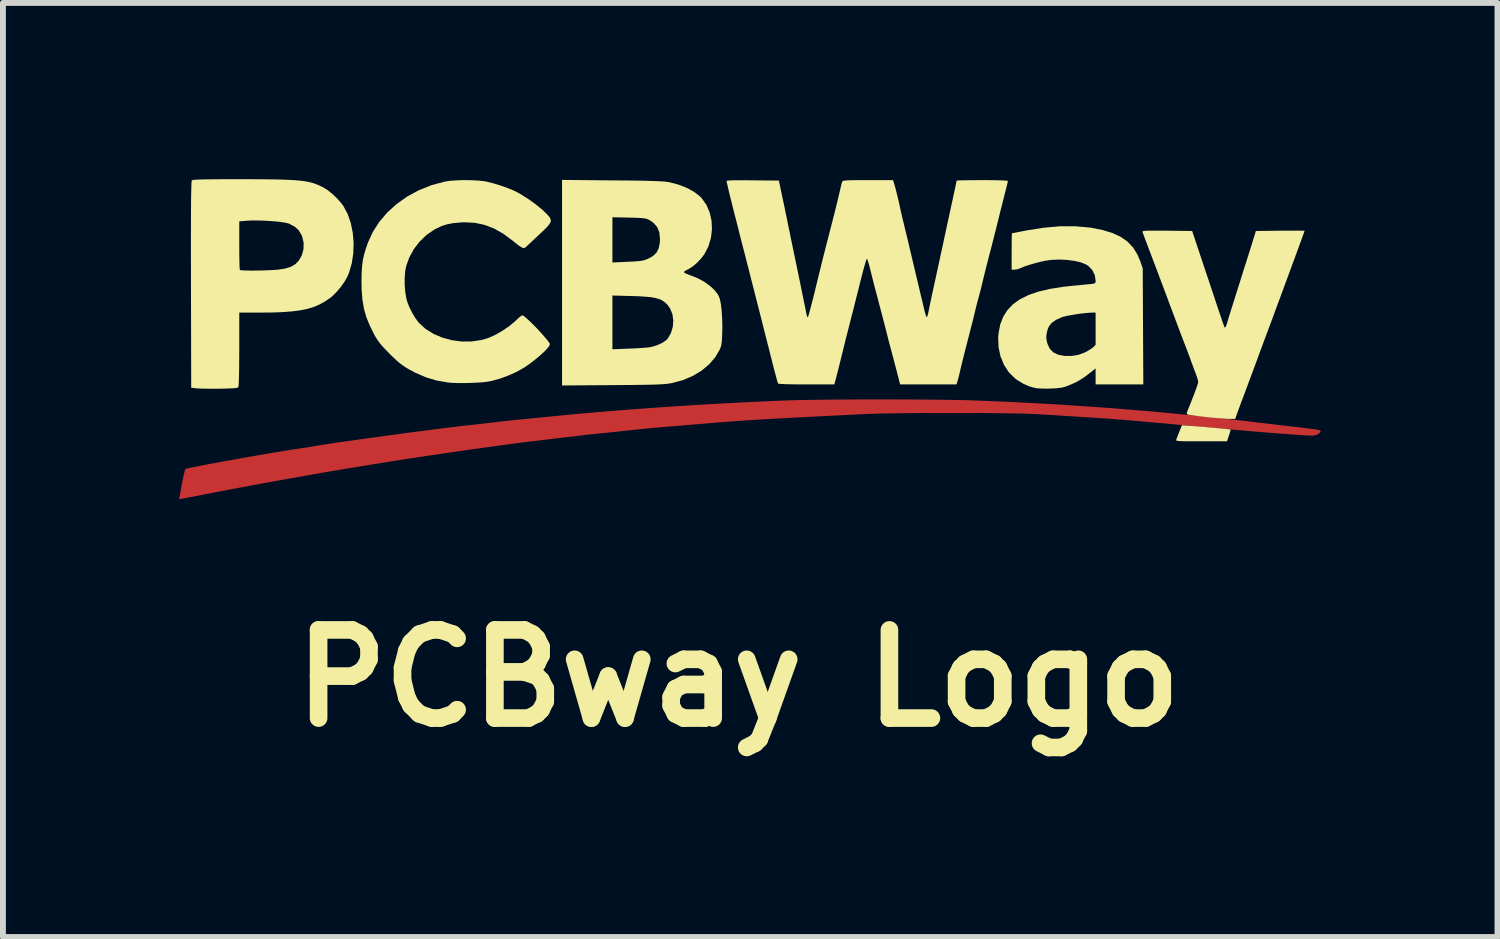
<source format=kicad_pcb>
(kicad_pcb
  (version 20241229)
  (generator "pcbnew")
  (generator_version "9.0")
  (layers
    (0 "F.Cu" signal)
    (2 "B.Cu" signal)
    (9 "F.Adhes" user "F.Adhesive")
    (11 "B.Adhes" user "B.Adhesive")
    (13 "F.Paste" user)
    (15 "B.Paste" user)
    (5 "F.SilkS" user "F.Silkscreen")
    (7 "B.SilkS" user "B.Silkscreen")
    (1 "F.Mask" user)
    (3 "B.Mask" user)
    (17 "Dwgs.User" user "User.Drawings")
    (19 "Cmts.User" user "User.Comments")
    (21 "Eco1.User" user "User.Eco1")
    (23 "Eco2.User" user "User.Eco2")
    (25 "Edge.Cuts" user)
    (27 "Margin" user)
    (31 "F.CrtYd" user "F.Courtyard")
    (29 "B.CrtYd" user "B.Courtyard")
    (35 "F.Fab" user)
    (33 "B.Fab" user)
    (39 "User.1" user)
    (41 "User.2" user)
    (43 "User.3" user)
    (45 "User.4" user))
  (footprint "PCBway Logo"
    (layer "F.Cu")
    (at 9.515 2.492)
    (property "Reference" "PCBway Logo" (at 0 6 0) (layer "F.SilkS") (effects (font (size 1.5 1.5) (thickness 0.3))))
    (attr board_only exclude_from_pos_files exclude_from_bom)
    (fp_poly (pts (xy 2.585 1.255) (xy 2.826 1.256) (xy 3.06 1.257) (xy 3.283 1.259) (xy 3.49 1.261) (xy 3.677 1.264) (xy 3.841 1.267) (xy 3.953 1.27) (xy 4.702 1.301) (xy 5.469 1.343) (xy 6.246 1.396) (xy 7.022 1.459) (xy 7.79 1.531) (xy 8.538 1.612) (xy 8.74 1.636) (xy 8.852 1.65) (xy 8.957 1.662) (xy 9.05 1.673) (xy 9.127 1.682) (xy 9.18 1.689) (xy 9.2 1.691) (xy 9.274 1.699) (xy 9.361 1.709) (xy 9.458 1.721) (xy 9.556 1.732) (xy 9.65 1.744) (xy 9.734 1.754) (xy 9.802 1.763) (xy 9.849 1.769) (xy 9.863 1.771) (xy 9.902 1.784) (xy 9.911 1.804) (xy 9.89 1.829) (xy 9.859 1.848) (xy 9.84 1.858) (xy 9.821 1.865) (xy 9.797 1.869) (xy 9.765 1.871) (xy 9.719 1.87) (xy 9.655 1.867) (xy 9.569 1.862) (xy 9.458 1.854) (xy 9.418 1.851) (xy 9.282 1.841) (xy 9.131 1.83) (xy 8.975 1.817) (xy 8.827 1.805) (xy 8.697 1.794) (xy 8.684 1.793) (xy 8.559 1.782) (xy 8.422 1.77) (xy 8.285 1.758) (xy 8.158 1.747) (xy 8.057 1.738) (xy 7.947 1.728) (xy 7.816 1.717) (xy 7.678 1.704) (xy 7.544 1.691) (xy 7.454 1.683) (xy 7.322 1.67) (xy 7.177 1.657) (xy 7.024 1.644) (xy 6.869 1.63) (xy 6.717 1.617) (xy 6.575 1.605) (xy 6.446 1.595) (xy 6.337 1.586) (xy 6.254 1.58) (xy 6.247 1.58) (xy 6.19 1.576) (xy 6.108 1.571) (xy 6.009 1.564) (xy 5.9 1.557) (xy 5.787 1.55) (xy 5.763 1.548) (xy 5.63 1.54) (xy 5.478 1.53) (xy 5.321 1.52) (xy 5.171 1.511) (xy 5.065 1.505) (xy 4.968 1.501) (xy 4.843 1.497) (xy 4.693 1.494) (xy 4.523 1.491) (xy 4.337 1.489) (xy 4.136 1.487) (xy 3.927 1.486) (xy 3.711 1.486) (xy 3.493 1.486) (xy 3.277 1.486) (xy 3.066 1.488) (xy 2.864 1.489) (xy 2.674 1.492) (xy 2.501 1.494) (xy 2.348 1.498) (xy 2.219 1.502) (xy 2.136 1.505) (xy 1.844 1.52) (xy 1.581 1.533) (xy 1.345 1.545) (xy 1.133 1.556) (xy 0.943 1.566) (xy 0.772 1.575) (xy 0.617 1.583) (xy 0.476 1.591) (xy 0.346 1.599) (xy 0.225 1.606) (xy 0.111 1.614) (xy 0 1.622) (xy -0.11 1.63) (xy -0.221 1.638) (xy -0.336 1.647) (xy -0.457 1.657) (xy -0.587 1.668) (xy -0.729 1.68) (xy -0.762 1.682) (xy -0.882 1.693) (xy -1.008 1.703) (xy -1.13 1.713) (xy -1.239 1.722) (xy -1.326 1.729) (xy -1.341 1.731) (xy -1.426 1.738) (xy -1.533 1.748) (xy -1.653 1.76) (xy -1.777 1.773) (xy -1.895 1.785) (xy -1.897 1.786) (xy -2.006 1.798) (xy -2.113 1.809) (xy -2.21 1.819) (xy -2.291 1.828) (xy -2.349 1.833) (xy -2.357 1.834) (xy -2.388 1.837) (xy -2.426 1.841) (xy -2.474 1.846) (xy -2.533 1.852) (xy -2.606 1.86) (xy -2.696 1.871) (xy -2.805 1.884) (xy -2.935 1.899) (xy -3.089 1.917) (xy -3.269 1.939) (xy -3.478 1.964) (xy -3.524 1.969) (xy -3.66 1.986) (xy -3.823 2.007) (xy -4.008 2.032) (xy -4.21 2.06) (xy -4.425 2.09) (xy -4.648 2.121) (xy -4.875 2.154) (xy -5.1 2.187) (xy -5.319 2.219) (xy -5.528 2.251) (xy -5.722 2.28) (xy -5.896 2.308) (xy -5.905 2.309) (xy -6.089 2.339) (xy -6.275 2.369) (xy -6.458 2.399) (xy -6.635 2.428) (xy -6.8 2.456) (xy -6.95 2.481) (xy -7.08 2.503) (xy -7.186 2.522) (xy -7.246 2.532) (xy -7.339 2.549) (xy -7.452 2.569) (xy -7.573 2.591) (xy -7.69 2.611) (xy -7.739 2.62) (xy -7.843 2.639) (xy -7.951 2.658) (xy -8.052 2.676) (xy -8.137 2.692) (xy -8.175 2.699) (xy -8.249 2.713) (xy -8.344 2.731) (xy -8.449 2.75) (xy -8.553 2.77) (xy -8.588 2.776) (xy -8.688 2.795) (xy -8.808 2.818) (xy -8.938 2.843) (xy -9.068 2.868) (xy -9.172 2.888) (xy -9.271 2.908) (xy -9.358 2.924) (xy -9.43 2.938) (xy -9.482 2.948) (xy -9.509 2.952) (xy -9.511 2.953) (xy -9.515 2.94) (xy -9.511 2.917) (xy -9.504 2.883) (xy -9.494 2.83) (xy -9.485 2.778) (xy -9.469 2.689) (xy -9.452 2.605) (xy -9.436 2.533) (xy -9.422 2.477) (xy -9.412 2.444) (xy -9.408 2.438) (xy -9.386 2.431) (xy -9.336 2.42) (xy -9.261 2.405) (xy -9.164 2.386) (xy -9.05 2.364) (xy -8.919 2.339) (xy -8.777 2.313) (xy -8.626 2.286) (xy -8.47 2.258) (xy -8.311 2.23) (xy -8.154 2.203) (xy -8 2.177) (xy -7.854 2.152) (xy -7.718 2.13) (xy -7.596 2.11) (xy -7.5 2.096) (xy -7.407 2.081) (xy -7.308 2.066) (xy -7.217 2.051) (xy -7.159 2.042) (xy -7.07 2.027) (xy -6.953 2.009) (xy -6.812 1.988) (xy -6.652 1.965) (xy -6.476 1.94) (xy -6.289 1.914) (xy -6.093 1.887) (xy -5.894 1.86) (xy -5.694 1.833) (xy -5.499 1.807) (xy -5.311 1.783) (xy -5.135 1.76) (xy -4.975 1.74) (xy -4.835 1.723) (xy -4.718 1.709) (xy -4.691 1.706) (xy -4.597 1.696) (xy -4.483 1.683) (xy -4.358 1.669) (xy -4.233 1.654) (xy -4.143 1.643) (xy -4.037 1.631) (xy -3.932 1.619) (xy -3.838 1.609) (xy -3.76 1.601) (xy -3.706 1.596) (xy -3.651 1.591) (xy -3.572 1.584) (xy -3.478 1.574) (xy -3.374 1.564) (xy -3.286 1.555) (xy -3.113 1.538) (xy -2.957 1.523) (xy -2.814 1.509) (xy -2.677 1.496) (xy -2.54 1.484) (xy -2.398 1.472) (xy -2.245 1.459) (xy -2.076 1.446) (xy -1.884 1.431) (xy -1.749 1.42) (xy -1.461 1.399) (xy -1.158 1.378) (xy -0.845 1.358) (xy -0.528 1.339) (xy -0.214 1.321) (xy 0.092 1.305) (xy 0.384 1.291) (xy 0.656 1.279) (xy 0.903 1.27) (xy 0.913 1.27) (xy 1.057 1.266) (xy 1.229 1.263) (xy 1.423 1.26) (xy 1.635 1.258) (xy 1.862 1.257) (xy 2.098 1.255) (xy 2.341 1.255)) (stroke (width 0) (type solid)) (fill yes) (layer "F.Cu"))
    (fp_poly (pts (xy 2.592 1.255) (xy 2.833 1.256) (xy 3.067 1.257) (xy 3.29 1.259) (xy 3.497 1.261) (xy 3.685 1.264) (xy 3.848 1.267) (xy 3.961 1.27) (xy 4.709 1.301) (xy 5.476 1.343) (xy 6.253 1.396) (xy 7.03 1.459) (xy 7.797 1.531) (xy 8.546 1.612) (xy 8.747 1.636) (xy 8.859 1.65) (xy 8.965 1.662) (xy 9.058 1.673) (xy 9.134 1.682) (xy 9.187 1.689) (xy 9.207 1.691) (xy 9.281 1.699) (xy 9.369 1.709) (xy 9.465 1.721) (xy 9.563 1.732) (xy 9.657 1.744) (xy 9.742 1.754) (xy 9.81 1.763) (xy 9.856 1.769) (xy 9.87 1.771) (xy 9.91 1.784) (xy 9.919 1.804) (xy 9.897 1.829) (xy 9.866 1.848) (xy 9.848 1.858) (xy 9.829 1.865) (xy 9.805 1.869) (xy 9.772 1.871) (xy 9.726 1.87) (xy 9.662 1.867) (xy 9.577 1.862) (xy 9.465 1.854) (xy 9.426 1.851) (xy 9.29 1.841) (xy 9.138 1.83) (xy 8.983 1.817) (xy 8.834 1.805) (xy 8.705 1.794) (xy 8.692 1.793) (xy 8.566 1.782) (xy 8.429 1.77) (xy 8.292 1.758) (xy 8.166 1.747) (xy 8.065 1.738) (xy 7.954 1.728) (xy 7.824 1.717) (xy 7.686 1.704) (xy 7.552 1.691) (xy 7.461 1.683) (xy 7.33 1.67) (xy 7.184 1.657) (xy 7.032 1.644) (xy 6.877 1.63) (xy 6.725 1.617) (xy 6.582 1.605) (xy 6.453 1.595) (xy 6.345 1.586) (xy 6.262 1.58) (xy 6.255 1.58) (xy 6.197 1.576) (xy 6.116 1.571) (xy 6.016 1.564) (xy 5.907 1.557) (xy 5.795 1.55) (xy 5.771 1.548) (xy 5.637 1.54) (xy 5.485 1.53) (xy 5.328 1.52) (xy 5.179 1.511) (xy 5.072 1.505) (xy 4.975 1.501) (xy 4.85 1.497) (xy 4.701 1.494) (xy 4.531 1.491) (xy 4.344 1.489) (xy 4.144 1.487) (xy 3.934 1.486) (xy 3.719 1.486) (xy 3.501 1.486) (xy 3.285 1.486) (xy 3.074 1.488) (xy 2.871 1.489) (xy 2.682 1.492) (xy 2.509 1.494) (xy 2.356 1.498) (xy 2.226 1.502) (xy 2.143 1.505) (xy 1.851 1.52) (xy 1.589 1.533) (xy 1.353 1.545) (xy 1.141 1.556) (xy 0.951 1.566) (xy 0.779 1.575) (xy 0.624 1.583) (xy 0.483 1.591) (xy 0.354 1.599) (xy 0.233 1.606) (xy 0.118 1.614) (xy 0.007 1.622) (xy -0.102 1.63) (xy -0.213 1.638) (xy -0.328 1.647) (xy -0.449 1.657) (xy -0.58 1.668) (xy -0.722 1.68) (xy -0.754 1.682) (xy -0.875 1.693) (xy -1.001 1.703) (xy -1.122 1.713) (xy -1.231 1.722) (xy -1.319 1.729) (xy -1.333 1.731) (xy -1.418 1.738) (xy -1.525 1.748) (xy -1.645 1.76) (xy -1.769 1.773) (xy -1.888 1.785) (xy -1.889 1.786) (xy -1.999 1.798) (xy -2.106 1.809) (xy -2.203 1.819) (xy -2.284 1.828) (xy -2.342 1.833) (xy -2.349 1.834) (xy -2.381 1.837) (xy -2.419 1.841) (xy -2.466 1.846) (xy -2.525 1.852) (xy -2.599 1.86) (xy -2.689 1.871) (xy -2.797 1.884) (xy -2.928 1.899) (xy -3.081 1.917) (xy -3.262 1.939) (xy -3.47 1.964) (xy -3.516 1.969) (xy -3.652 1.986) (xy -3.815 2.007) (xy -4 2.032) (xy -4.202 2.06) (xy -4.417 2.09) (xy -4.641 2.121) (xy -4.867 2.154) (xy -5.093 2.187) (xy -5.312 2.219) (xy -5.521 2.251) (xy -5.715 2.28) (xy -5.889 2.308) (xy -5.898 2.309) (xy -6.082 2.339) (xy -6.267 2.369) (xy -6.451 2.399) (xy -6.627 2.428) (xy -6.792 2.456) (xy -6.942 2.481) (xy -7.072 2.503) (xy -7.179 2.522) (xy -7.239 2.532) (xy -7.332 2.549) (xy -7.445 2.569) (xy -7.565 2.591) (xy -7.682 2.611) (xy -7.731 2.62) (xy -7.836 2.639) (xy -7.944 2.658) (xy -8.045 2.676) (xy -8.13 2.692) (xy -8.168 2.699) (xy -8.242 2.713) (xy -8.336 2.731) (xy -8.441 2.75) (xy -8.546 2.77) (xy -8.58 2.776) (xy -8.68 2.795) (xy -8.801 2.818) (xy -8.931 2.843) (xy -9.061 2.868) (xy -9.165 2.888) (xy -9.263 2.908) (xy -9.351 2.924) (xy -9.423 2.938) (xy -9.474 2.948) (xy -9.501 2.952) (xy -9.504 2.953) (xy -9.507 2.94) (xy -9.504 2.917) (xy -9.497 2.883) (xy -9.487 2.83) (xy -9.478 2.778) (xy -9.462 2.689) (xy -9.445 2.605) (xy -9.429 2.533) (xy -9.415 2.477) (xy -9.404 2.444) (xy -9.4 2.438) (xy -9.378 2.431) (xy -9.328 2.42) (xy -9.253 2.405) (xy -9.157 2.386) (xy -9.042 2.364) (xy -8.912 2.339) (xy -8.77 2.313) (xy -8.619 2.286) (xy -8.463 2.258) (xy -8.304 2.23) (xy -8.146 2.203) (xy -7.993 2.177) (xy -7.846 2.152) (xy -7.711 2.13) (xy -7.589 2.11) (xy -7.493 2.096) (xy -7.399 2.081) (xy -7.3 2.066) (xy -7.209 2.051) (xy -7.152 2.042) (xy -7.062 2.027) (xy -6.945 2.009) (xy -6.805 1.988) (xy -6.645 1.965) (xy -6.469 1.94) (xy -6.281 1.914) (xy -6.086 1.887) (xy -5.886 1.86) (xy -5.687 1.833) (xy -5.491 1.807) (xy -5.304 1.783) (xy -5.128 1.76) (xy -4.968 1.74) (xy -4.828 1.723) (xy -4.711 1.709) (xy -4.683 1.706) (xy -4.59 1.696) (xy -4.475 1.683) (xy -4.35 1.669) (xy -4.225 1.654) (xy -4.135 1.643) (xy -4.029 1.631) (xy -3.925 1.619) (xy -3.83 1.609) (xy -3.752 1.601) (xy -3.699 1.596) (xy -3.644 1.591) (xy -3.565 1.584) (xy -3.47 1.574) (xy -3.367 1.564) (xy -3.278 1.555) (xy -3.105 1.538) (xy -2.95 1.523) (xy -2.806 1.509) (xy -2.669 1.496) (xy -2.533 1.484) (xy -2.391 1.472) (xy -2.238 1.459) (xy -2.068 1.446) (xy -1.876 1.431) (xy -1.742 1.42) (xy -1.454 1.399) (xy -1.15 1.378) (xy -0.837 1.358) (xy -0.521 1.339) (xy -0.207 1.321) (xy 0.099 1.305) (xy 0.391 1.291) (xy 0.664 1.279) (xy 0.911 1.27) (xy 0.921 1.27) (xy 1.065 1.266) (xy 1.236 1.263) (xy 1.43 1.26) (xy 1.643 1.258) (xy 1.869 1.257) (xy 2.106 1.255) (xy 2.348 1.255)) (stroke (width 0) (type solid)) (fill yes) (layer "F.Mask"))
    (fp_poly (pts (xy 7.699 1.706) (xy 7.768 1.711) (xy 7.851 1.717) (xy 7.943 1.725) (xy 8.038 1.734) (xy 8.13 1.742) (xy 8.215 1.75) (xy 8.288 1.757) (xy 8.342 1.763) (xy 8.373 1.767) (xy 8.378 1.769) (xy 8.375 1.784) (xy 8.364 1.822) (xy 8.349 1.87) (xy 8.316 1.968) (xy 7.879 1.968) (xy 7.75 1.968) (xy 7.649 1.968) (xy 7.573 1.967) (xy 7.519 1.965) (xy 7.483 1.962) (xy 7.462 1.958) (xy 7.452 1.952) (xy 7.451 1.945) (xy 7.452 1.941) (xy 7.463 1.913) (xy 7.481 1.865) (xy 7.504 1.808) (xy 7.505 1.804) (xy 7.549 1.695)) (stroke (width 0) (type solid)) (fill yes) (layer "F.SilkS"))
    (fp_poly (pts (xy 5.989 -1.669) (xy 6.201 -1.627) (xy 6.368 -1.576) (xy 6.508 -1.511) (xy 6.623 -1.43) (xy 6.716 -1.332) (xy 6.79 -1.214) (xy 6.838 -1.101) (xy 6.882 -0.976) (xy 6.887 0.012) (xy 6.892 1) (xy 6.486 1) (xy 6.08 1) (xy 6.08 0.864) (xy 6.08 0.728) (xy 5.981 0.806) (xy 5.893 0.873) (xy 5.815 0.924) (xy 5.737 0.967) (xy 5.647 1.007) (xy 5.635 1.012) (xy 5.573 1.036) (xy 5.518 1.052) (xy 5.457 1.061) (xy 5.38 1.068) (xy 5.342 1.069) (xy 5.258 1.072) (xy 5.173 1.071) (xy 5.101 1.067) (xy 5.068 1.064) (xy 4.965 1.038) (xy 4.855 0.991) (xy 4.751 0.929) (xy 4.704 0.894) (xy 4.601 0.79) (xy 4.52 0.665) (xy 4.462 0.524) (xy 4.429 0.371) (xy 4.422 0.21) (xy 4.422 0.203) (xy 5.24 0.203) (xy 5.25 0.267) (xy 5.262 0.312) (xy 5.301 0.394) (xy 5.361 0.455) (xy 5.444 0.495) (xy 5.55 0.515) (xy 5.675 0.515) (xy 5.786 0.497) (xy 5.89 0.459) (xy 5.949 0.428) (xy 6.002 0.395) (xy 6.036 0.369) (xy 6.08 0.327) (xy 6.08 0.053) (xy 6.08 -0.222) (xy 6.029 -0.222) (xy 5.961 -0.219) (xy 5.877 -0.211) (xy 5.783 -0.199) (xy 5.69 -0.184) (xy 5.605 -0.169) (xy 5.537 -0.153) (xy 5.506 -0.144) (xy 5.407 -0.099) (xy 5.336 -0.05) (xy 5.288 0.008) (xy 5.263 0.066) (xy 5.245 0.141) (xy 5.24 0.203) (xy 4.422 0.203) (xy 4.429 0.123) (xy 4.458 -0.023) (xy 4.508 -0.152) (xy 4.58 -0.266) (xy 4.675 -0.365) (xy 4.794 -0.45) (xy 4.938 -0.521) (xy 5.109 -0.58) (xy 5.306 -0.626) (xy 5.533 -0.662) (xy 5.652 -0.675) (xy 5.747 -0.684) (xy 5.837 -0.693) (xy 5.916 -0.701) (xy 5.975 -0.706) (xy 5.997 -0.708) (xy 6.045 -0.714) (xy 6.07 -0.723) (xy 6.079 -0.74) (xy 6.08 -0.769) (xy 6.065 -0.863) (xy 6.022 -0.948) (xy 5.956 -1.017) (xy 5.913 -1.044) (xy 5.826 -1.078) (xy 5.716 -1.103) (xy 5.592 -1.119) (xy 5.462 -1.125) (xy 5.334 -1.12) (xy 5.223 -1.105) (xy 5.134 -1.085) (xy 5.039 -1.06) (xy 4.947 -1.033) (xy 4.866 -1.006) (xy 4.805 -0.981) (xy 4.792 -0.975) (xy 4.742 -0.958) (xy 4.7 -0.953) (xy 4.651 -0.953) (xy 4.651 -1.262) (xy 4.652 -1.357) (xy 4.652 -1.441) (xy 4.653 -1.507) (xy 4.654 -1.553) (xy 4.655 -1.571) (xy 4.655 -1.572) (xy 4.671 -1.575) (xy 4.713 -1.583) (xy 4.775 -1.595) (xy 4.852 -1.61) (xy 4.897 -1.619) (xy 5.191 -1.666) (xy 5.473 -1.691) (xy 5.739 -1.691)) (stroke (width 0) (type solid)) (fill yes) (layer "F.SilkS"))
    (fp_poly (pts (xy -8.279 -2.492) (xy -8.084 -2.491) (xy -7.916 -2.489) (xy -7.771 -2.486) (xy -7.647 -2.481) (xy -7.541 -2.475) (xy -7.451 -2.467) (xy -7.373 -2.457) (xy -7.306 -2.444) (xy -7.246 -2.429) (xy -7.191 -2.41) (xy -7.138 -2.389) (xy -7.084 -2.363) (xy -7.069 -2.356) (xy -6.993 -2.309) (xy -6.909 -2.242) (xy -6.827 -2.164) (xy -6.756 -2.083) (xy -6.721 -2.036) (xy -6.649 -1.902) (xy -6.596 -1.749) (xy -6.562 -1.582) (xy -6.547 -1.408) (xy -6.553 -1.233) (xy -6.578 -1.063) (xy -6.624 -0.904) (xy -6.65 -0.841) (xy -6.699 -0.752) (xy -6.766 -0.658) (xy -6.842 -0.568) (xy -6.918 -0.494) (xy -6.95 -0.469) (xy -7.039 -0.409) (xy -7.13 -0.359) (xy -7.227 -0.318) (xy -7.333 -0.286) (xy -7.454 -0.261) (xy -7.591 -0.243) (xy -7.748 -0.231) (xy -7.93 -0.224) (xy -8.138 -0.222) (xy -8.493 -0.222) (xy -8.493 0.401) (xy -8.494 0.539) (xy -8.495 0.668) (xy -8.496 0.783) (xy -8.499 0.882) (xy -8.501 0.961) (xy -8.504 1.016) (xy -8.507 1.044) (xy -8.508 1.046) (xy -8.519 1.054) (xy -8.544 1.06) (xy -8.586 1.065) (xy -8.65 1.068) (xy -8.738 1.071) (xy -8.837 1.073) (xy -8.94 1.073) (xy -9.037 1.073) (xy -9.122 1.072) (xy -9.189 1.069) (xy -9.231 1.066) (xy -9.231 1.066) (xy -9.311 1.056) (xy -9.315 -0.697) (xy -9.315 -0.993) (xy -9.316 -1.258) (xy -9.316 -1.494) (xy -9.315 -1.701) (xy -9.315 -1.775) (xy -8.493 -1.775) (xy -8.493 -1.366) (xy -8.493 -1.256) (xy -8.492 -1.155) (xy -8.49 -1.07) (xy -8.488 -1.004) (xy -8.485 -0.962) (xy -8.483 -0.947) (xy -8.462 -0.943) (xy -8.416 -0.94) (xy -8.35 -0.938) (xy -8.269 -0.937) (xy -8.179 -0.938) (xy -8.085 -0.94) (xy -7.994 -0.943) (xy -7.912 -0.947) (xy -7.843 -0.952) (xy -7.839 -0.952) (xy -7.714 -0.971) (xy -7.614 -1.002) (xy -7.537 -1.048) (xy -7.477 -1.111) (xy -7.43 -1.194) (xy -7.429 -1.196) (xy -7.4 -1.3) (xy -7.398 -1.411) (xy -7.423 -1.519) (xy -7.435 -1.546) (xy -7.483 -1.625) (xy -7.551 -1.686) (xy -7.643 -1.734) (xy -7.652 -1.738) (xy -7.7 -1.75) (xy -7.773 -1.762) (xy -7.865 -1.773) (xy -7.968 -1.781) (xy -8.076 -1.787) (xy -8.181 -1.79) (xy -8.278 -1.79) (xy -8.359 -1.786) (xy -8.359 -1.786) (xy -8.493 -1.775) (xy -9.315 -1.775) (xy -9.315 -1.881) (xy -9.314 -2.035) (xy -9.313 -2.164) (xy -9.311 -2.268) (xy -9.309 -2.35) (xy -9.307 -2.41) (xy -9.305 -2.449) (xy -9.302 -2.468) (xy -9.301 -2.471) (xy -9.292 -2.476) (xy -9.272 -2.48) (xy -9.238 -2.484) (xy -9.19 -2.486) (xy -9.123 -2.488) (xy -9.035 -2.49) (xy -8.925 -2.491) (xy -8.789 -2.492) (xy -8.625 -2.492) (xy -8.503 -2.492)) (stroke (width 0) (type solid)) (fill yes) (layer "F.SilkS"))
    (fp_poly (pts (xy -2.147 -2.472) (xy -1.952 -2.471) (xy -1.786 -2.469) (xy -1.647 -2.467) (xy -1.53 -2.464) (xy -1.435 -2.461) (xy -1.357 -2.458) (xy -1.294 -2.455) (xy -1.243 -2.45) (xy -1.202 -2.445) (xy -1.168 -2.439) (xy -1.165 -2.439) (xy -1.016 -2.399) (xy -0.877 -2.345) (xy -0.755 -2.278) (xy -0.656 -2.203) (xy -0.62 -2.165) (xy -0.542 -2.053) (xy -0.487 -1.924) (xy -0.456 -1.785) (xy -0.449 -1.639) (xy -0.466 -1.493) (xy -0.508 -1.352) (xy -0.574 -1.222) (xy -0.575 -1.22) (xy -0.631 -1.146) (xy -0.699 -1.074) (xy -0.772 -1.011) (xy -0.841 -0.966) (xy -0.857 -0.958) (xy -0.898 -0.937) (xy -0.923 -0.918) (xy -0.926 -0.913) (xy -0.916 -0.899) (xy -0.878 -0.88) (xy -0.818 -0.857) (xy -0.802 -0.852) (xy -0.689 -0.806) (xy -0.582 -0.748) (xy -0.486 -0.679) (xy -0.406 -0.606) (xy -0.348 -0.531) (xy -0.318 -0.466) (xy -0.299 -0.379) (xy -0.285 -0.267) (xy -0.276 -0.138) (xy -0.272 0.001) (xy -0.273 0.103) (xy -0.277 0.199) (xy -0.281 0.27) (xy -0.288 0.322) (xy -0.299 0.363) (xy -0.313 0.4) (xy -0.391 0.535) (xy -0.497 0.658) (xy -0.626 0.766) (xy -0.776 0.856) (xy -0.944 0.927) (xy -1.126 0.976) (xy -1.135 0.978) (xy -1.171 0.984) (xy -1.211 0.99) (xy -1.257 0.994) (xy -1.314 0.998) (xy -1.383 1.001) (xy -1.468 1.004) (xy -1.572 1.006) (xy -1.697 1.008) (xy -1.846 1.01) (xy -2.023 1.011) (xy -2.139 1.012) (xy -3 1.018) (xy -3 -0.056) (xy -2.143 -0.056) (xy -2.143 0.402) (xy -1.845 0.39) (xy -1.746 0.386) (xy -1.652 0.38) (xy -1.572 0.374) (xy -1.51 0.367) (xy -1.476 0.362) (xy -1.374 0.33) (xy -1.287 0.289) (xy -1.222 0.242) (xy -1.201 0.219) (xy -1.146 0.124) (xy -1.115 0.019) (xy -1.107 -0.09) (xy -1.122 -0.196) (xy -1.161 -0.292) (xy -1.207 -0.356) (xy -1.249 -0.397) (xy -1.296 -0.429) (xy -1.35 -0.454) (xy -1.417 -0.472) (xy -1.501 -0.486) (xy -1.607 -0.495) (xy -1.737 -0.502) (xy -1.814 -0.504) (xy -2.143 -0.513) (xy -2.143 -0.056) (xy -3 -0.056) (xy -3 -0.731) (xy -3 -1.46) (xy -2.143 -1.46) (xy -2.143 -1.075) (xy -1.885 -1.087) (xy -1.785 -1.092) (xy -1.71 -1.097) (xy -1.654 -1.103) (xy -1.61 -1.112) (xy -1.572 -1.124) (xy -1.535 -1.139) (xy -1.451 -1.186) (xy -1.392 -1.244) (xy -1.355 -1.318) (xy -1.336 -1.412) (xy -1.334 -1.481) (xy -1.345 -1.59) (xy -1.382 -1.679) (xy -1.445 -1.751) (xy -1.516 -1.799) (xy -1.542 -1.811) (xy -1.572 -1.821) (xy -1.609 -1.827) (xy -1.66 -1.832) (xy -1.731 -1.835) (xy -1.826 -1.838) (xy -1.861 -1.839) (xy -2.143 -1.845) (xy -2.143 -1.46) (xy -3 -1.46) (xy -3 -2.48)) (stroke (width 0) (type solid)) (fill yes) (layer "F.SilkS"))
    (fp_poly (pts (xy -4.544 -2.475) (xy -4.426 -2.469) (xy -4.325 -2.458) (xy -4.29 -2.452) (xy -4.176 -2.424) (xy -4.051 -2.386) (xy -3.929 -2.343) (xy -3.82 -2.298) (xy -3.786 -2.282) (xy -3.679 -2.222) (xy -3.564 -2.148) (xy -3.45 -2.066) (xy -3.349 -1.984) (xy -3.298 -1.937) (xy -3.247 -1.886) (xy -3.211 -1.844) (xy -3.193 -1.808) (xy -3.192 -1.772) (xy -3.211 -1.733) (xy -3.249 -1.685) (xy -3.309 -1.625) (xy -3.391 -1.548) (xy -3.393 -1.546) (xy -3.461 -1.483) (xy -3.521 -1.426) (xy -3.57 -1.381) (xy -3.604 -1.349) (xy -3.617 -1.337) (xy -3.637 -1.323) (xy -3.66 -1.321) (xy -3.69 -1.333) (xy -3.732 -1.36) (xy -3.791 -1.406) (xy -3.834 -1.441) (xy -3.995 -1.561) (xy -4.154 -1.652) (xy -4.316 -1.714) (xy -4.482 -1.75) (xy -4.659 -1.759) (xy -4.714 -1.757) (xy -4.842 -1.746) (xy -4.949 -1.727) (xy -5.045 -1.697) (xy -5.14 -1.653) (xy -5.178 -1.632) (xy -5.308 -1.542) (xy -5.424 -1.43) (xy -5.523 -1.301) (xy -5.6 -1.161) (xy -5.652 -1.016) (xy -5.669 -0.929) (xy -5.678 -0.816) (xy -5.678 -0.693) (xy -5.668 -0.572) (xy -5.65 -0.463) (xy -5.637 -0.414) (xy -5.602 -0.322) (xy -5.553 -0.224) (xy -5.498 -0.131) (xy -5.442 -0.055) (xy -5.433 -0.045) (xy -5.321 0.057) (xy -5.187 0.14) (xy -5.036 0.204) (xy -4.874 0.248) (xy -4.706 0.27) (xy -4.536 0.269) (xy -4.371 0.244) (xy -4.266 0.214) (xy -4.149 0.163) (xy -4.025 0.094) (xy -3.904 0.012) (xy -3.797 -0.076) (xy -3.751 -0.121) (xy -3.715 -0.153) (xy -3.682 -0.173) (xy -3.672 -0.175) (xy -3.65 -0.164) (xy -3.612 -0.133) (xy -3.561 -0.086) (xy -3.502 -0.029) (xy -3.439 0.035) (xy -3.377 0.102) (xy -3.318 0.167) (xy -3.268 0.225) (xy -3.231 0.273) (xy -3.21 0.305) (xy -3.207 0.315) (xy -3.219 0.346) (xy -3.255 0.392) (xy -3.308 0.448) (xy -3.377 0.51) (xy -3.456 0.576) (xy -3.542 0.642) (xy -3.63 0.704) (xy -3.667 0.727) (xy -3.783 0.791) (xy -3.919 0.851) (xy -4.061 0.903) (xy -4.196 0.94) (xy -4.257 0.952) (xy -4.332 0.962) (xy -4.43 0.969) (xy -4.541 0.974) (xy -4.657 0.977) (xy -4.768 0.977) (xy -4.865 0.974) (xy -4.937 0.968) (xy -5.133 0.934) (xy -5.317 0.879) (xy -5.498 0.801) (xy -5.612 0.74) (xy -5.68 0.698) (xy -5.745 0.652) (xy -5.811 0.597) (xy -5.887 0.526) (xy -5.937 0.476) (xy -6.013 0.398) (xy -6.072 0.335) (xy -6.117 0.278) (xy -6.155 0.222) (xy -6.192 0.16) (xy -6.201 0.143) (xy -6.275 -0.007) (xy -6.332 -0.149) (xy -6.372 -0.291) (xy -6.397 -0.442) (xy -6.411 -0.61) (xy -6.413 -0.757) (xy -6.411 -0.894) (xy -6.404 -1.008) (xy -6.391 -1.11) (xy -6.369 -1.209) (xy -6.338 -1.313) (xy -6.304 -1.412) (xy -6.22 -1.596) (xy -6.109 -1.768) (xy -5.972 -1.928) (xy -5.813 -2.072) (xy -5.634 -2.198) (xy -5.438 -2.304) (xy -5.228 -2.389) (xy -5.006 -2.449) (xy -4.997 -2.451) (xy -4.907 -2.465) (xy -4.795 -2.473) (xy -4.67 -2.477)) (stroke (width 0) (type solid)) (fill yes) (layer "F.SilkS"))
    (fp_poly (pts (xy 7.122 -1.617) (xy 7.237 -1.616) (xy 7.297 -1.616) (xy 7.723 -1.611) (xy 7.98 -0.841) (xy 8.042 -0.657) (xy 8.094 -0.501) (xy 8.137 -0.37) (xy 8.173 -0.262) (xy 8.203 -0.176) (xy 8.226 -0.108) (xy 8.243 -0.056) (xy 8.256 -0.019) (xy 8.266 0.006) (xy 8.272 0.021) (xy 8.276 0.029) (xy 8.279 0.032) (xy 8.282 0.032) (xy 8.284 0.032) (xy 8.284 0.032) (xy 8.295 0.018) (xy 8.309 -0.017) (xy 8.317 -0.044) (xy 8.33 -0.087) (xy 8.349 -0.152) (xy 8.374 -0.231) (xy 8.401 -0.317) (xy 8.409 -0.341) (xy 8.441 -0.445) (xy 8.478 -0.561) (xy 8.514 -0.675) (xy 8.544 -0.77) (xy 8.575 -0.87) (xy 8.61 -0.982) (xy 8.645 -1.09) (xy 8.669 -1.167) (xy 8.697 -1.255) (xy 8.726 -1.347) (xy 8.752 -1.431) (xy 8.769 -1.484) (xy 8.807 -1.611) (xy 9.222 -1.616) (xy 9.333 -1.616) (xy 9.432 -1.617) (xy 9.517 -1.617) (xy 9.582 -1.616) (xy 9.623 -1.615) (xy 9.636 -1.614) (xy 9.631 -1.597) (xy 9.615 -1.553) (xy 9.59 -1.483) (xy 9.556 -1.39) (xy 9.514 -1.275) (xy 9.465 -1.142) (xy 9.409 -0.991) (xy 9.375 -0.897) (xy 9.353 -0.838) (xy 9.323 -0.757) (xy 9.287 -0.659) (xy 9.248 -0.553) (xy 9.208 -0.445) (xy 9.199 -0.421) (xy 9.156 -0.305) (xy 9.111 -0.182) (xy 9.066 -0.061) (xy 9.025 0.049) (xy 8.991 0.139) (xy 8.99 0.143) (xy 8.953 0.241) (xy 8.915 0.345) (xy 8.878 0.444) (xy 8.847 0.527) (xy 8.843 0.54) (xy 8.798 0.661) (xy 8.757 0.773) (xy 8.715 0.884) (xy 8.671 1.003) (xy 8.62 1.14) (xy 8.589 1.222) (xy 8.555 1.312) (xy 8.525 1.394) (xy 8.499 1.463) (xy 8.481 1.514) (xy 8.473 1.536) (xy 8.456 1.587) (xy 8.336 1.586) (xy 8.278 1.583) (xy 8.197 1.577) (xy 8.102 1.569) (xy 8.001 1.56) (xy 7.945 1.553) (xy 7.855 1.543) (xy 7.774 1.532) (xy 7.708 1.523) (xy 7.664 1.516) (xy 7.649 1.512) (xy 7.634 1.502) (xy 7.631 1.487) (xy 7.641 1.456) (xy 7.652 1.429) (xy 7.694 1.326) (xy 7.733 1.227) (xy 7.768 1.137) (xy 7.796 1.059) (xy 7.816 1) (xy 7.826 0.963) (xy 7.826 0.956) (xy 7.821 0.928) (xy 7.806 0.878) (xy 7.784 0.816) (xy 7.769 0.775) (xy 7.743 0.707) (xy 7.721 0.647) (xy 7.704 0.602) (xy 7.699 0.587) (xy 7.689 0.559) (xy 7.67 0.507) (xy 7.644 0.438) (xy 7.614 0.36) (xy 7.604 0.333) (xy 7.581 0.274) (xy 7.56 0.219) (xy 7.539 0.165) (xy 7.517 0.107) (xy 7.493 0.042) (xy 7.464 -0.034) (xy 7.431 -0.123) (xy 7.391 -0.231) (xy 7.342 -0.359) (xy 7.285 -0.513) (xy 7.266 -0.564) (xy 7.222 -0.682) (xy 7.17 -0.819) (xy 7.116 -0.963) (xy 7.063 -1.102) (xy 7.018 -1.222) (xy 6.98 -1.321) (xy 6.946 -1.412) (xy 6.917 -1.488) (xy 6.895 -1.547) (xy 6.882 -1.583) (xy 6.879 -1.592) (xy 6.878 -1.6) (xy 6.883 -1.607) (xy 6.898 -1.611) (xy 6.926 -1.615) (xy 6.97 -1.616) (xy 7.034 -1.617)) (stroke (width 0) (type solid)) (fill yes) (layer "F.SilkS"))
    (fp_poly (pts (xy 2.649 -2.425) (xy 2.67 -2.353) (xy 2.695 -2.255) (xy 2.724 -2.136) (xy 2.754 -2.002) (xy 2.754 -2) (xy 2.775 -1.907) (xy 2.799 -1.804) (xy 2.823 -1.706) (xy 2.83 -1.675) (xy 2.851 -1.589) (xy 2.876 -1.488) (xy 2.9 -1.386) (xy 2.912 -1.333) (xy 2.929 -1.263) (xy 2.951 -1.169) (xy 2.977 -1.059) (xy 3.005 -0.941) (xy 3.033 -0.823) (xy 3.042 -0.786) (xy 3.069 -0.673) (xy 3.095 -0.561) (xy 3.12 -0.458) (xy 3.141 -0.369) (xy 3.157 -0.301) (xy 3.162 -0.282) (xy 3.178 -0.22) (xy 3.192 -0.173) (xy 3.203 -0.146) (xy 3.207 -0.143) (xy 3.215 -0.157) (xy 3.227 -0.194) (xy 3.237 -0.242) (xy 3.247 -0.29) (xy 3.261 -0.362) (xy 3.28 -0.45) (xy 3.301 -0.548) (xy 3.32 -0.635) (xy 3.346 -0.756) (xy 3.376 -0.893) (xy 3.406 -1.032) (xy 3.434 -1.161) (xy 3.445 -1.214) (xy 3.471 -1.331) (xy 3.5 -1.466) (xy 3.53 -1.606) (xy 3.558 -1.738) (xy 3.572 -1.802) (xy 3.596 -1.911) (xy 3.62 -2.024) (xy 3.644 -2.132) (xy 3.664 -2.225) (xy 3.676 -2.281) (xy 3.691 -2.353) (xy 3.704 -2.412) (xy 3.712 -2.453) (xy 3.715 -2.468) (xy 3.73 -2.47) (xy 3.773 -2.472) (xy 3.839 -2.474) (xy 3.926 -2.475) (xy 4.027 -2.476) (xy 4.14 -2.476) (xy 4.151 -2.477) (xy 4.265 -2.476) (xy 4.368 -2.475) (xy 4.456 -2.473) (xy 4.525 -2.47) (xy 4.57 -2.467) (xy 4.588 -2.464) (xy 4.588 -2.464) (xy 4.584 -2.445) (xy 4.574 -2.401) (xy 4.558 -2.335) (xy 4.537 -2.253) (xy 4.513 -2.159) (xy 4.507 -2.134) (xy 4.481 -2.032) (xy 4.456 -1.935) (xy 4.435 -1.848) (xy 4.418 -1.779) (xy 4.406 -1.734) (xy 4.406 -1.73) (xy 4.396 -1.691) (xy 4.38 -1.627) (xy 4.358 -1.542) (xy 4.333 -1.442) (xy 4.305 -1.331) (xy 4.278 -1.23) (xy 4.249 -1.115) (xy 4.22 -1.004) (xy 4.195 -0.903) (xy 4.174 -0.818) (xy 4.158 -0.753) (xy 4.15 -0.718) (xy 4.135 -0.655) (xy 4.115 -0.576) (xy 4.093 -0.496) (xy 4.089 -0.48) (xy 4.066 -0.395) (xy 4.042 -0.3) (xy 4.021 -0.214) (xy 4.019 -0.206) (xy 4.006 -0.15) (xy 3.986 -0.07) (xy 3.961 0.027) (xy 3.934 0.134) (xy 3.905 0.245) (xy 3.897 0.278) (xy 3.868 0.388) (xy 3.841 0.497) (xy 3.815 0.598) (xy 3.794 0.684) (xy 3.779 0.748) (xy 3.776 0.762) (xy 3.76 0.831) (xy 3.744 0.894) (xy 3.731 0.94) (xy 3.729 0.949) (xy 3.712 1) (xy 3.232 1) (xy 2.753 1) (xy 2.726 0.893) (xy 2.712 0.84) (xy 2.693 0.765) (xy 2.669 0.675) (xy 2.644 0.579) (xy 2.629 0.524) (xy 2.603 0.425) (xy 2.576 0.324) (xy 2.552 0.232) (xy 2.533 0.156) (xy 2.525 0.127) (xy 2.504 0.042) (xy 2.476 -0.066) (xy 2.444 -0.188) (xy 2.41 -0.317) (xy 2.377 -0.444) (xy 2.346 -0.561) (xy 2.326 -0.635) (xy 2.305 -0.718) (xy 2.28 -0.816) (xy 2.255 -0.915) (xy 2.243 -0.965) (xy 2.225 -1.034) (xy 2.208 -1.091) (xy 2.195 -1.127) (xy 2.186 -1.139) (xy 2.179 -1.123) (xy 2.165 -1.08) (xy 2.146 -1.015) (xy 2.123 -0.932) (xy 2.098 -0.834) (xy 2.077 -0.754) (xy 2.047 -0.631) (xy 2.014 -0.502) (xy 1.982 -0.375) (xy 1.953 -0.259) (xy 1.928 -0.163) (xy 1.921 -0.135) (xy 1.898 -0.046) (xy 1.87 0.065) (xy 1.838 0.189) (xy 1.806 0.318) (xy 1.776 0.442) (xy 1.769 0.468) (xy 1.742 0.577) (xy 1.717 0.68) (xy 1.694 0.772) (xy 1.674 0.847) (xy 1.661 0.9) (xy 1.656 0.917) (xy 1.633 1) (xy 1.159 1) (xy 1.025 1) (xy 0.908 0.998) (xy 0.812 0.996) (xy 0.74 0.993) (xy 0.693 0.989) (xy 0.675 0.985) (xy 0.669 0.966) (xy 0.656 0.92) (xy 0.638 0.854) (xy 0.616 0.772) (xy 0.592 0.678) (xy 0.588 0.664) (xy 0.568 0.584) (xy 0.542 0.482) (xy 0.512 0.361) (xy 0.477 0.226) (xy 0.44 0.08) (xy 0.401 -0.075) (xy 0.361 -0.233) (xy 0.32 -0.392) (xy 0.281 -0.547) (xy 0.243 -0.696) (xy 0.207 -0.835) (xy 0.176 -0.96) (xy 0.148 -1.068) (xy 0.126 -1.155) (xy 0.11 -1.217) (xy 0.102 -1.246) (xy 0.067 -1.382) (xy 0.031 -1.522) (xy -0.004 -1.662) (xy -0.039 -1.8) (xy -0.073 -1.93) (xy -0.103 -2.05) (xy -0.129 -2.155) (xy -0.151 -2.242) (xy -0.166 -2.306) (xy -0.175 -2.345) (xy -0.176 -2.349) (xy -0.187 -2.399) (xy -0.197 -2.44) (xy -0.2 -2.449) (xy -0.201 -2.457) (xy -0.196 -2.463) (xy -0.181 -2.468) (xy -0.154 -2.471) (xy -0.111 -2.473) (xy -0.048 -2.474) (xy 0.038 -2.474) (xy 0.149 -2.474) (xy 0.241 -2.473) (xy 0.69 -2.469) (xy 0.755 -2.159) (xy 0.778 -2.054) (xy 0.799 -1.95) (xy 0.819 -1.854) (xy 0.835 -1.775) (xy 0.846 -1.722) (xy 0.856 -1.672) (xy 0.872 -1.596) (xy 0.891 -1.501) (xy 0.914 -1.392) (xy 0.938 -1.275) (xy 0.959 -1.175) (xy 0.99 -1.025) (xy 1.016 -0.9) (xy 1.038 -0.794) (xy 1.057 -0.702) (xy 1.074 -0.616) (xy 1.091 -0.532) (xy 1.109 -0.444) (xy 1.129 -0.349) (xy 1.146 -0.264) (xy 1.158 -0.205) (xy 1.167 -0.169) (xy 1.174 -0.15) (xy 1.179 -0.144) (xy 1.184 -0.147) (xy 1.191 -0.165) (xy 1.205 -0.21) (xy 1.223 -0.277) (xy 1.245 -0.362) (xy 1.271 -0.461) (xy 1.298 -0.569) (xy 1.325 -0.682) (xy 1.341 -0.746) (xy 1.365 -0.847) (xy 1.396 -0.971) (xy 1.43 -1.11) (xy 1.467 -1.254) (xy 1.503 -1.397) (xy 1.538 -1.53) (xy 1.538 -1.532) (xy 1.57 -1.655) (xy 1.603 -1.785) (xy 1.637 -1.917) (xy 1.668 -2.043) (xy 1.696 -2.157) (xy 1.718 -2.251) (xy 1.731 -2.306) (xy 1.745 -2.368) (xy 1.758 -2.419) (xy 1.767 -2.45) (xy 1.768 -2.453) (xy 1.775 -2.46) (xy 1.791 -2.466) (xy 1.821 -2.47) (xy 1.867 -2.473) (xy 1.933 -2.475) (xy 2.023 -2.476) (xy 2.139 -2.476) (xy 2.205 -2.477) (xy 2.633 -2.477)) (stroke (width 0) (type solid)) (fill yes) (layer "F.SilkS")))
  (gr_rect
    (start -3 -3)
    (end 22.434 12.896)
    (stroke (width 0.1) (type default))
    (fill no)
    (layer "Edge.Cuts")))
</source>
